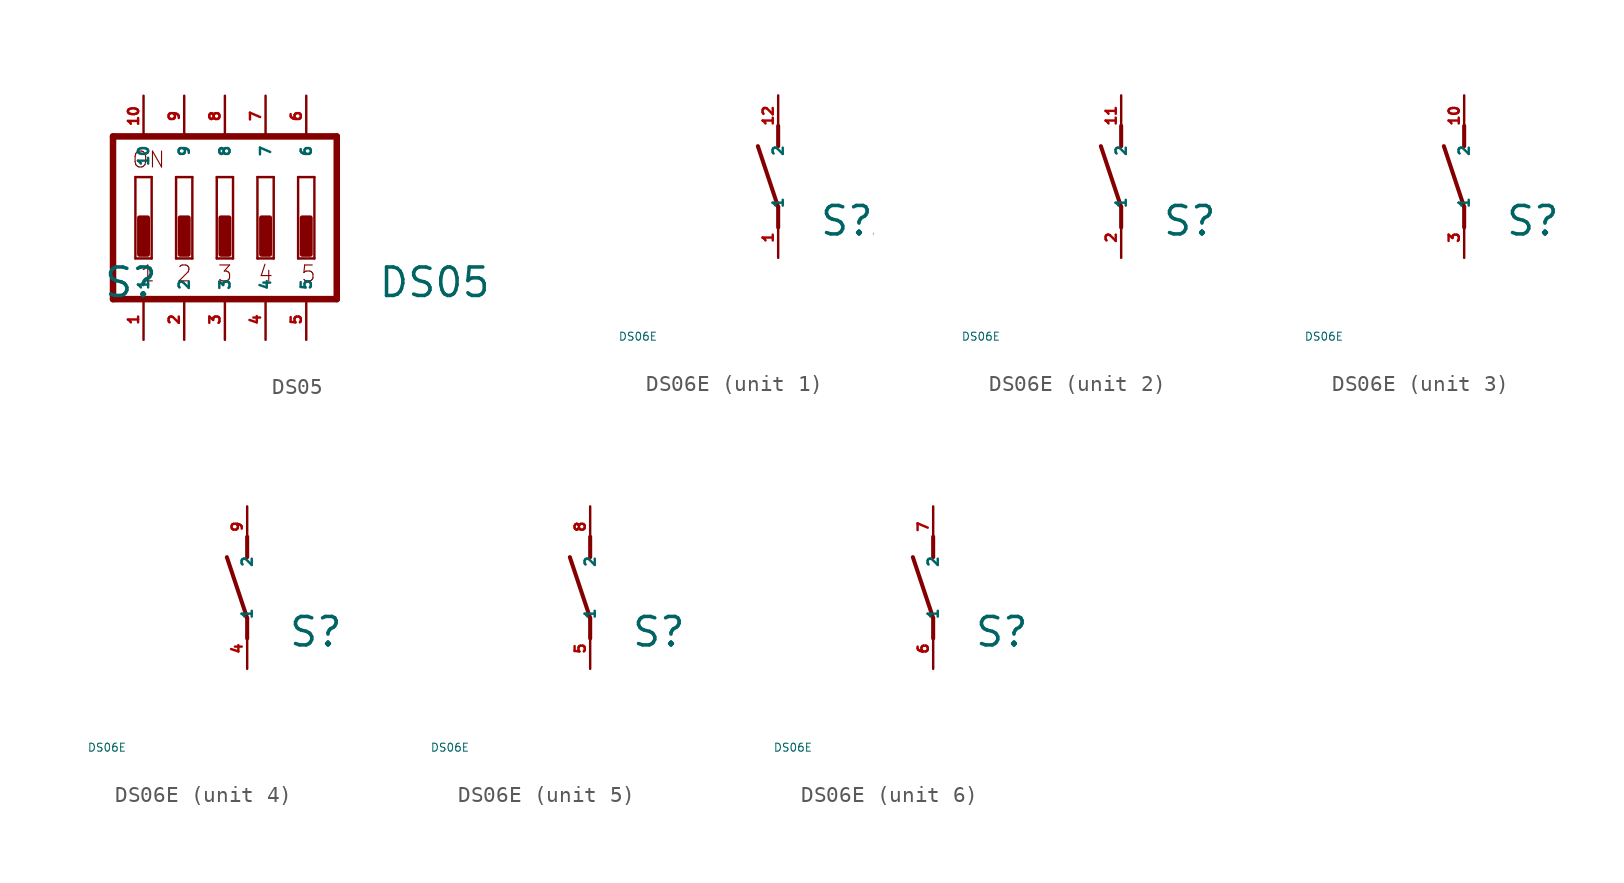
<source format=kicad_sym>
(kicad_symbol_lib
  (version 20220914)
  (generator Eagle2Kicad)
  (symbol "DS05"
    (property "Reference" "S"
      (at -7.62 -5.08 0)
      (effects (font (size 1.778 1.778) (thickness 0.22)) (justify left bottom)))
    (property "Value" "DS05"
      (at 9.525 -5.08 0)
      (effects (font (size 1.778 1.778) (thickness 0.22)) (justify left bottom)))
    (polyline
      (pts (xy 6.985 5.08) (xy -6.985 5.08))
      (stroke (width 0.406) (type default))
      (fill (type none)))
    (polyline
      (pts (xy -6.985 5.08) (xy -6.985 -5.08))
      (stroke (width 0.406) (type default))
      (fill (type none)))
    (polyline
      (pts (xy -6.985 -5.08) (xy 6.985 -5.08))
      (stroke (width 0.406) (type default))
      (fill (type none)))
    (polyline
      (pts (xy 6.985 -5.08) (xy 6.985 5.08))
      (stroke (width 0.406) (type default))
      (fill (type none)))
    (polyline
      (pts (xy -4.572 -2.54) (xy -5.588 -2.54))
      (stroke (width 0.152) (type default))
      (fill (type none)))
    (polyline
      (pts (xy -5.588 2.54) (xy -4.572 2.54))
      (stroke (width 0.152) (type default))
      (fill (type none)))
    (polyline
      (pts (xy -4.572 2.54) (xy -4.572 -2.54))
      (stroke (width 0.152) (type default))
      (fill (type none)))
    (polyline
      (pts (xy -5.588 -2.54) (xy -5.588 2.54))
      (stroke (width 0.152) (type default))
      (fill (type none)))
    (polyline
      (pts (xy -2.032 -2.54) (xy -3.048 -2.54))
      (stroke (width 0.152) (type default))
      (fill (type none)))
    (polyline
      (pts (xy -3.048 2.54) (xy -2.032 2.54))
      (stroke (width 0.152) (type default))
      (fill (type none)))
    (polyline
      (pts (xy -2.032 2.54) (xy -2.032 -2.54))
      (stroke (width 0.152) (type default))
      (fill (type none)))
    (polyline
      (pts (xy -3.048 -2.54) (xy -3.048 2.54))
      (stroke (width 0.152) (type default))
      (fill (type none)))
    (polyline
      (pts (xy 0.508 -2.54) (xy -0.508 -2.54))
      (stroke (width 0.152) (type default))
      (fill (type none)))
    (polyline
      (pts (xy -0.508 2.54) (xy 0.508 2.54))
      (stroke (width 0.152) (type default))
      (fill (type none)))
    (polyline
      (pts (xy 0.508 2.54) (xy 0.508 -2.54))
      (stroke (width 0.152) (type default))
      (fill (type none)))
    (polyline
      (pts (xy -0.508 -2.54) (xy -0.508 2.54))
      (stroke (width 0.152) (type default))
      (fill (type none)))
    (polyline
      (pts (xy 3.048 -2.54) (xy 2.032 -2.54))
      (stroke (width 0.152) (type default))
      (fill (type none)))
    (polyline
      (pts (xy 2.032 2.54) (xy 3.048 2.54))
      (stroke (width 0.152) (type default))
      (fill (type none)))
    (polyline
      (pts (xy 3.048 2.54) (xy 3.048 -2.54))
      (stroke (width 0.152) (type default))
      (fill (type none)))
    (polyline
      (pts (xy 2.032 -2.54) (xy 2.032 2.54))
      (stroke (width 0.152) (type default))
      (fill (type none)))
    (polyline
      (pts (xy 5.588 -2.54) (xy 4.572 -2.54))
      (stroke (width 0.152) (type default))
      (fill (type none)))
    (polyline
      (pts (xy 4.572 2.54) (xy 5.588 2.54))
      (stroke (width 0.152) (type default))
      (fill (type none)))
    (polyline
      (pts (xy 5.588 2.54) (xy 5.588 -2.54))
      (stroke (width 0.152) (type default))
      (fill (type none)))
    (polyline
      (pts (xy 4.572 -2.54) (xy 4.572 2.54))
      (stroke (width 0.152) (type default))
      (fill (type none)))
    (text "1"
      (at -5.334 -4.064 0)
      (effects (font (size 0.991 0.991) (thickness 0.07)) (justify left bottom)))
    (text "2"
      (at -3.048 -4.064 0)
      (effects (font (size 0.991 0.991) (thickness 0.07)) (justify left bottom)))
    (text "3"
      (at -0.508 -4.064 0)
      (effects (font (size 0.991 0.991) (thickness 0.07)) (justify left bottom)))
    (text "4"
      (at 2.032 -4.064 0)
      (effects (font (size 0.991 0.991) (thickness 0.07)) (justify left bottom)))
    (text "5"
      (at 4.699 -4.064 0)
      (effects (font (size 0.991 0.991) (thickness 0.07)) (justify left bottom)))
    (text "ON"
      (at -5.842 3.048 0)
      (effects (font (size 0.991 0.991) (thickness 0.07)) (justify left bottom)))
    (rectangle
      (start -5.334 -2.286)
      (end -4.826 0)
      (stroke (width 0.3) (type default))
      (fill (type outline)))
    (rectangle
      (start -2.794 -2.286)
      (end -2.286 0)
      (stroke (width 0.3) (type default))
      (fill (type outline)))
    (rectangle
      (start -0.254 -2.286)
      (end 0.254 0)
      (stroke (width 0.3) (type default))
      (fill (type outline)))
    (rectangle
      (start 2.286 -2.286)
      (end 2.794 0)
      (stroke (width 0.3) (type default))
      (fill (type outline)))
    (rectangle
      (start 4.826 -2.286)
      (end 5.334 0)
      (stroke (width 0.3) (type default))
      (fill (type outline)))
    (pin passive line
      (at 5.08 7.62 270)
      (length 2.54)
      (name "6" (effects (font (size 0.635 0.635) (thickness 0.08)) (justify left bottom)))
      (number "6" (effects (font (size 0.635 0.635) (thickness 0.08)) (justify left bottom))))
    (pin passive line
      (at 2.54 7.62 270)
      (length 2.54)
      (name "7" (effects (font (size 0.635 0.635) (thickness 0.08)) (justify left bottom)))
      (number "7" (effects (font (size 0.635 0.635) (thickness 0.08)) (justify left bottom))))
    (pin passive line
      (at 0 7.62 270)
      (length 2.54)
      (name "8" (effects (font (size 0.635 0.635) (thickness 0.08)) (justify left bottom)))
      (number "8" (effects (font (size 0.635 0.635) (thickness 0.08)) (justify left bottom))))
    (pin passive line
      (at -2.54 7.62 270)
      (length 2.54)
      (name "9" (effects (font (size 0.635 0.635) (thickness 0.08)) (justify left bottom)))
      (number "9" (effects (font (size 0.635 0.635) (thickness 0.08)) (justify left bottom))))
    (pin passive line
      (at -5.08 7.62 270)
      (length 2.54)
      (name "10" (effects (font (size 0.635 0.635) (thickness 0.08)) (justify left bottom)))
      (number "10" (effects (font (size 0.635 0.635) (thickness 0.08)) (justify left bottom))))
    (pin passive line
      (at -5.08 -7.62 90)
      (length 2.54)
      (name "1" (effects (font (size 0.635 0.635) (thickness 0.08)) (justify left bottom)))
      (number "1" (effects (font (size 0.635 0.635) (thickness 0.08)) (justify left bottom))))
    (pin passive line
      (at -2.54 -7.62 90)
      (length 2.54)
      (name "2" (effects (font (size 0.635 0.635) (thickness 0.08)) (justify left bottom)))
      (number "2" (effects (font (size 0.635 0.635) (thickness 0.08)) (justify left bottom))))
    (pin passive line
      (at 0 -7.62 90)
      (length 2.54)
      (name "3" (effects (font (size 0.635 0.635) (thickness 0.08)) (justify left bottom)))
      (number "3" (effects (font (size 0.635 0.635) (thickness 0.08)) (justify left bottom))))
    (pin passive line
      (at 2.54 -7.62 90)
      (length 2.54)
      (name "4" (effects (font (size 0.635 0.635) (thickness 0.08)) (justify left bottom)))
      (number "4" (effects (font (size 0.635 0.635) (thickness 0.08)) (justify left bottom))))
    (pin passive line
      (at 5.08 -7.62 90)
      (length 2.54)
      (name "5" (effects (font (size 0.635 0.635) (thickness 0.08)) (justify left bottom)))
      (number "5" (effects (font (size 0.635 0.635) (thickness 0.08)) (justify left bottom)))))
  (symbol "DS06E"
    (property "Reference" "S"
      (at 2.54 -3.81 0)
      (effects (font (size 1.778 1.778) (thickness 0.22)) (justify left bottom)))
    (property "Value" "DS06E"
      (at -10 -10 0)
      (effects (font (size 0.5 0.5) (thickness 0.06)) (justify left)))
    (symbol "DS06E_1_0"
      (polyline (pts (xy 0 -3.175) (xy 0 -1.905)) (stroke (width 0.254) (type default)) (fill (type none)))
      (polyline (pts (xy 0 -1.905) (xy -1.27 1.905)) (stroke (width 0.254) (type default)) (fill (type none)))
      (polyline (pts (xy 0 1.905) (xy 0 3.175)) (stroke (width 0.254) (type default)) (fill (type none)))
      (pin passive line (at 0 -5.08 90) (length 2.54) (name "1" (effects (font (size 0.635 0.635) (thickness 0.08)) (justify left bottom))) (number "1" (effects (font (size 0.635 0.635) (thickness 0.08)) (justify left bottom))))
      (pin passive line (at 0 5.08 270) (length 2.54) (name "2" (effects (font (size 0.635 0.635) (thickness 0.08)) (justify left bottom))) (number "12" (effects (font (size 0.635 0.635) (thickness 0.08)) (justify left bottom)))))
    (symbol "DS06E_2_0"
      (polyline (pts (xy 0 -3.175) (xy 0 -1.905)) (stroke (width 0.254) (type default)) (fill (type none)))
      (polyline (pts (xy 0 -1.905) (xy -1.27 1.905)) (stroke (width 0.254) (type default)) (fill (type none)))
      (polyline (pts (xy 0 1.905) (xy 0 3.175)) (stroke (width 0.254) (type default)) (fill (type none)))
      (pin passive line (at 0 -5.08 90) (length 2.54) (name "1" (effects (font (size 0.635 0.635) (thickness 0.08)) (justify left bottom))) (number "2" (effects (font (size 0.635 0.635) (thickness 0.08)) (justify left bottom))))
      (pin passive line (at 0 5.08 270) (length 2.54) (name "2" (effects (font (size 0.635 0.635) (thickness 0.08)) (justify left bottom))) (number "11" (effects (font (size 0.635 0.635) (thickness 0.08)) (justify left bottom)))))
    (symbol "DS06E_3_0"
      (polyline (pts (xy 0 -3.175) (xy 0 -1.905)) (stroke (width 0.254) (type default)) (fill (type none)))
      (polyline (pts (xy 0 -1.905) (xy -1.27 1.905)) (stroke (width 0.254) (type default)) (fill (type none)))
      (polyline (pts (xy 0 1.905) (xy 0 3.175)) (stroke (width 0.254) (type default)) (fill (type none)))
      (pin passive line (at 0 -5.08 90) (length 2.54) (name "1" (effects (font (size 0.635 0.635) (thickness 0.08)) (justify left bottom))) (number "3" (effects (font (size 0.635 0.635) (thickness 0.08)) (justify left bottom))))
      (pin passive line (at 0 5.08 270) (length 2.54) (name "2" (effects (font (size 0.635 0.635) (thickness 0.08)) (justify left bottom))) (number "10" (effects (font (size 0.635 0.635) (thickness 0.08)) (justify left bottom)))))
    (symbol "DS06E_4_0"
      (polyline (pts (xy 0 -3.175) (xy 0 -1.905)) (stroke (width 0.254) (type default)) (fill (type none)))
      (polyline (pts (xy 0 -1.905) (xy -1.27 1.905)) (stroke (width 0.254) (type default)) (fill (type none)))
      (polyline (pts (xy 0 1.905) (xy 0 3.175)) (stroke (width 0.254) (type default)) (fill (type none)))
      (pin passive line (at 0 -5.08 90) (length 2.54) (name "1" (effects (font (size 0.635 0.635) (thickness 0.08)) (justify left bottom))) (number "4" (effects (font (size 0.635 0.635) (thickness 0.08)) (justify left bottom))))
      (pin passive line (at 0 5.08 270) (length 2.54) (name "2" (effects (font (size 0.635 0.635) (thickness 0.08)) (justify left bottom))) (number "9" (effects (font (size 0.635 0.635) (thickness 0.08)) (justify left bottom)))))
    (symbol "DS06E_5_0"
      (polyline (pts (xy 0 -3.175) (xy 0 -1.905)) (stroke (width 0.254) (type default)) (fill (type none)))
      (polyline (pts (xy 0 -1.905) (xy -1.27 1.905)) (stroke (width 0.254) (type default)) (fill (type none)))
      (polyline (pts (xy 0 1.905) (xy 0 3.175)) (stroke (width 0.254) (type default)) (fill (type none)))
      (pin passive line (at 0 -5.08 90) (length 2.54) (name "1" (effects (font (size 0.635 0.635) (thickness 0.08)) (justify left bottom))) (number "5" (effects (font (size 0.635 0.635) (thickness 0.08)) (justify left bottom))))
      (pin passive line (at 0 5.08 270) (length 2.54) (name "2" (effects (font (size 0.635 0.635) (thickness 0.08)) (justify left bottom))) (number "8" (effects (font (size 0.635 0.635) (thickness 0.08)) (justify left bottom)))))
    (symbol "DS06E_6_0"
      (polyline (pts (xy 0 -3.175) (xy 0 -1.905)) (stroke (width 0.254) (type default)) (fill (type none)))
      (polyline (pts (xy 0 -1.905) (xy -1.27 1.905)) (stroke (width 0.254) (type default)) (fill (type none)))
      (polyline (pts (xy 0 1.905) (xy 0 3.175)) (stroke (width 0.254) (type default)) (fill (type none)))
      (pin passive line (at 0 -5.08 90) (length 2.54) (name "1" (effects (font (size 0.635 0.635) (thickness 0.08)) (justify left bottom))) (number "6" (effects (font (size 0.635 0.635) (thickness 0.08)) (justify left bottom))))
      (pin passive line (at 0 5.08 270) (length 2.54) (name "2" (effects (font (size 0.635 0.635) (thickness 0.08)) (justify left bottom))) (number "7" (effects (font (size 0.635 0.635) (thickness 0.08)) (justify left bottom)))))))
</source>
